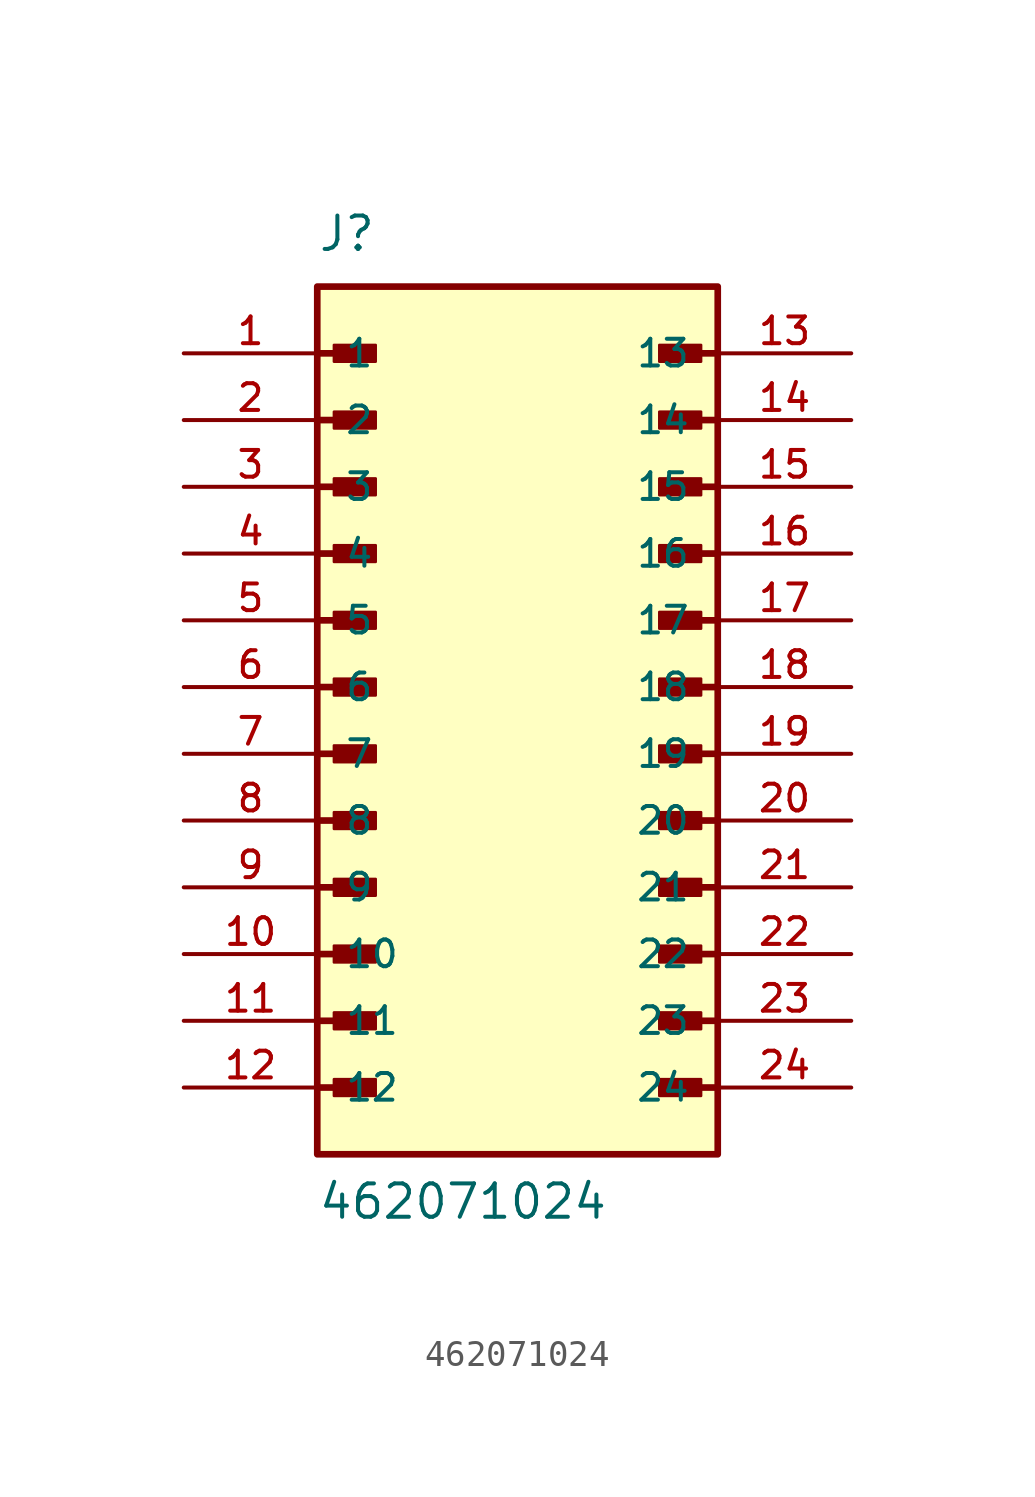
<source format=kicad_sym>
(kicad_symbol_lib
  (version 20211014)
  (generator kicad_symbol_editor)
  (symbol "462071024"
    (pin_names
      (offset 1.016))
    (property "Reference" "J"
      (at -7.62 16.51 0)
      (effects (font (size 1.27 1.27)) (justify bottom left)))
    (property "Value" "462071024"
      (at -7.62 -20.32 0)
      (effects (font (size 1.27 1.27)) (justify bottom left)))
    (symbol "462071024_0_0"
      (polyline (pts (xy -7.62 12.7) (xy -5.715 12.7)) (stroke (width 0.254)))
      (rectangle (start -6.985 12.383) (end -5.397 13.018) (stroke (width 0.1)) (fill (type outline)))
      (polyline (pts (xy -7.62 10.16) (xy -5.715 10.16)) (stroke (width 0.254)))
      (rectangle (start -6.985 9.842) (end -5.397 10.477) (stroke (width 0.1)) (fill (type outline)))
      (polyline (pts (xy -7.62 7.62) (xy -5.715 7.62)) (stroke (width 0.254)))
      (rectangle (start -6.985 7.303) (end -5.397 7.938) (stroke (width 0.1)) (fill (type outline)))
      (polyline (pts (xy -7.62 5.08) (xy -5.715 5.08)) (stroke (width 0.254)))
      (rectangle (start -6.985 4.763) (end -5.397 5.397) (stroke (width 0.1)) (fill (type outline)))
      (polyline (pts (xy -7.62 2.54) (xy -5.715 2.54)) (stroke (width 0.254)))
      (rectangle (start -6.985 2.223) (end -5.397 2.857) (stroke (width 0.1)) (fill (type outline)))
      (polyline (pts (xy -7.62 0.0) (xy -5.715 0.0)) (stroke (width 0.254)))
      (rectangle (start -6.985 -0.318) (end -5.397 0.318) (stroke (width 0.1)) (fill (type outline)))
      (polyline (pts (xy -7.62 -2.54) (xy -5.715 -2.54)) (stroke (width 0.254)))
      (rectangle (start -6.985 -2.857) (end -5.397 -2.223) (stroke (width 0.1)) (fill (type outline)))
      (polyline (pts (xy -7.62 -5.08) (xy -5.715 -5.08)) (stroke (width 0.254)))
      (rectangle (start -6.985 -5.397) (end -5.397 -4.763) (stroke (width 0.1)) (fill (type outline)))
      (polyline (pts (xy -7.62 -7.62) (xy -5.715 -7.62)) (stroke (width 0.254)))
      (rectangle (start -6.985 -7.938) (end -5.397 -7.303) (stroke (width 0.1)) (fill (type outline)))
      (polyline (pts (xy -7.62 -10.16) (xy -5.715 -10.16)) (stroke (width 0.254)))
      (rectangle (start -6.985 -10.477) (end -5.397 -9.842) (stroke (width 0.1)) (fill (type outline)))
      (polyline (pts (xy 7.62 -10.16) (xy 5.715 -10.16)) (stroke (width 0.254)))
      (rectangle (start 5.397 -10.477) (end 6.985 -9.842) (stroke (width 0.1)) (fill (type outline)))
      (polyline (pts (xy 7.62 -7.62) (xy 5.715 -7.62)) (stroke (width 0.254)))
      (rectangle (start 5.397 -7.938) (end 6.985 -7.303) (stroke (width 0.1)) (fill (type outline)))
      (polyline (pts (xy 7.62 -5.08) (xy 5.715 -5.08)) (stroke (width 0.254)))
      (rectangle (start 5.397 -5.397) (end 6.985 -4.763) (stroke (width 0.1)) (fill (type outline)))
      (polyline (pts (xy 7.62 -2.54) (xy 5.715 -2.54)) (stroke (width 0.254)))
      (rectangle (start 5.397 -2.857) (end 6.985 -2.223) (stroke (width 0.1)) (fill (type outline)))
      (polyline (pts (xy 7.62 0.0) (xy 5.715 0.0)) (stroke (width 0.254)))
      (rectangle (start 5.397 -0.318) (end 6.985 0.318) (stroke (width 0.1)) (fill (type outline)))
      (polyline (pts (xy 7.62 2.54) (xy 5.715 2.54)) (stroke (width 0.254)))
      (rectangle (start 5.397 2.223) (end 6.985 2.857) (stroke (width 0.1)) (fill (type outline)))
      (polyline (pts (xy 7.62 5.08) (xy 5.715 5.08)) (stroke (width 0.254)))
      (rectangle (start 5.397 4.763) (end 6.985 5.397) (stroke (width 0.1)) (fill (type outline)))
      (polyline (pts (xy 7.62 7.62) (xy 5.715 7.62)) (stroke (width 0.254)))
      (rectangle (start 5.397 7.303) (end 6.985 7.938) (stroke (width 0.1)) (fill (type outline)))
      (polyline (pts (xy 7.62 10.16) (xy 5.715 10.16)) (stroke (width 0.254)))
      (rectangle (start 5.397 9.842) (end 6.985 10.477) (stroke (width 0.1)) (fill (type outline)))
      (polyline (pts (xy 7.62 12.7) (xy 5.715 12.7)) (stroke (width 0.254)))
      (rectangle (start 5.397 12.383) (end 6.985 13.018) (stroke (width 0.1)) (fill (type outline)))
      (polyline (pts (xy -7.62 -12.7) (xy -5.715 -12.7)) (stroke (width 0.254)))
      (rectangle (start -6.985 -13.018) (end -5.397 -12.383) (stroke (width 0.1)) (fill (type outline)))
      (polyline (pts (xy -7.62 -15.24) (xy -5.715 -15.24)) (stroke (width 0.254)))
      (rectangle (start -6.985 -15.557) (end -5.397 -14.922) (stroke (width 0.1)) (fill (type outline)))
      (polyline (pts (xy 7.62 -15.24) (xy 5.715 -15.24)) (stroke (width 0.254)))
      (rectangle (start 5.397 -15.557) (end 6.985 -14.922) (stroke (width 0.1)) (fill (type outline)))
      (polyline (pts (xy 7.62 -12.7) (xy 5.715 -12.7)) (stroke (width 0.254)))
      (rectangle (start 5.397 -13.018) (end 6.985 -12.383) (stroke (width 0.1)) (fill (type outline)))
      (rectangle (start -7.62 -17.78) (end 7.62 15.24) (stroke (width 0.254)) (fill (type background)))
      (pin passive line (at -12.7 12.7 0) (length 5.08) (name "1" (effects (font (size 1.016 1.016)))) (number "1" (effects (font (size 1.016 1.016)))))
      (pin passive line (at -12.7 10.16 0) (length 5.08) (name "2" (effects (font (size 1.016 1.016)))) (number "2" (effects (font (size 1.016 1.016)))))
      (pin passive line (at -12.7 7.62 0) (length 5.08) (name "3" (effects (font (size 1.016 1.016)))) (number "3" (effects (font (size 1.016 1.016)))))
      (pin passive line (at -12.7 5.08 0) (length 5.08) (name "4" (effects (font (size 1.016 1.016)))) (number "4" (effects (font (size 1.016 1.016)))))
      (pin passive line (at -12.7 2.54 0) (length 5.08) (name "5" (effects (font (size 1.016 1.016)))) (number "5" (effects (font (size 1.016 1.016)))))
      (pin passive line (at -12.7 0.0 0) (length 5.08) (name "6" (effects (font (size 1.016 1.016)))) (number "6" (effects (font (size 1.016 1.016)))))
      (pin passive line (at -12.7 -2.54 0) (length 5.08) (name "7" (effects (font (size 1.016 1.016)))) (number "7" (effects (font (size 1.016 1.016)))))
      (pin passive line (at -12.7 -5.08 0) (length 5.08) (name "8" (effects (font (size 1.016 1.016)))) (number "8" (effects (font (size 1.016 1.016)))))
      (pin passive line (at -12.7 -7.62 0) (length 5.08) (name "9" (effects (font (size 1.016 1.016)))) (number "9" (effects (font (size 1.016 1.016)))))
      (pin passive line (at -12.7 -10.16 0) (length 5.08) (name "10" (effects (font (size 1.016 1.016)))) (number "10" (effects (font (size 1.016 1.016)))))
      (pin passive line (at -12.7 -12.7 0) (length 5.08) (name "11" (effects (font (size 1.016 1.016)))) (number "11" (effects (font (size 1.016 1.016)))))
      (pin passive line (at -12.7 -15.24 0) (length 5.08) (name "12" (effects (font (size 1.016 1.016)))) (number "12" (effects (font (size 1.016 1.016)))))
      (pin passive line (at 12.7 12.7 180.0) (length 5.08) (name "13" (effects (font (size 1.016 1.016)))) (number "13" (effects (font (size 1.016 1.016)))))
      (pin passive line (at 12.7 10.16 180.0) (length 5.08) (name "14" (effects (font (size 1.016 1.016)))) (number "14" (effects (font (size 1.016 1.016)))))
      (pin passive line (at 12.7 7.62 180.0) (length 5.08) (name "15" (effects (font (size 1.016 1.016)))) (number "15" (effects (font (size 1.016 1.016)))))
      (pin passive line (at 12.7 5.08 180.0) (length 5.08) (name "16" (effects (font (size 1.016 1.016)))) (number "16" (effects (font (size 1.016 1.016)))))
      (pin passive line (at 12.7 2.54 180.0) (length 5.08) (name "17" (effects (font (size 1.016 1.016)))) (number "17" (effects (font (size 1.016 1.016)))))
      (pin passive line (at 12.7 0.0 180.0) (length 5.08) (name "18" (effects (font (size 1.016 1.016)))) (number "18" (effects (font (size 1.016 1.016)))))
      (pin passive line (at 12.7 -2.54 180.0) (length 5.08) (name "19" (effects (font (size 1.016 1.016)))) (number "19" (effects (font (size 1.016 1.016)))))
      (pin passive line (at 12.7 -5.08 180.0) (length 5.08) (name "20" (effects (font (size 1.016 1.016)))) (number "20" (effects (font (size 1.016 1.016)))))
      (pin passive line (at 12.7 -7.62 180.0) (length 5.08) (name "21" (effects (font (size 1.016 1.016)))) (number "21" (effects (font (size 1.016 1.016)))))
      (pin passive line (at 12.7 -10.16 180.0) (length 5.08) (name "22" (effects (font (size 1.016 1.016)))) (number "22" (effects (font (size 1.016 1.016)))))
      (pin passive line (at 12.7 -12.7 180.0) (length 5.08) (name "23" (effects (font (size 1.016 1.016)))) (number "23" (effects (font (size 1.016 1.016)))))
      (pin passive line (at 12.7 -15.24 180.0) (length 5.08) (name "24" (effects (font (size 1.016 1.016)))) (number "24" (effects (font (size 1.016 1.016))))))))
</source>
